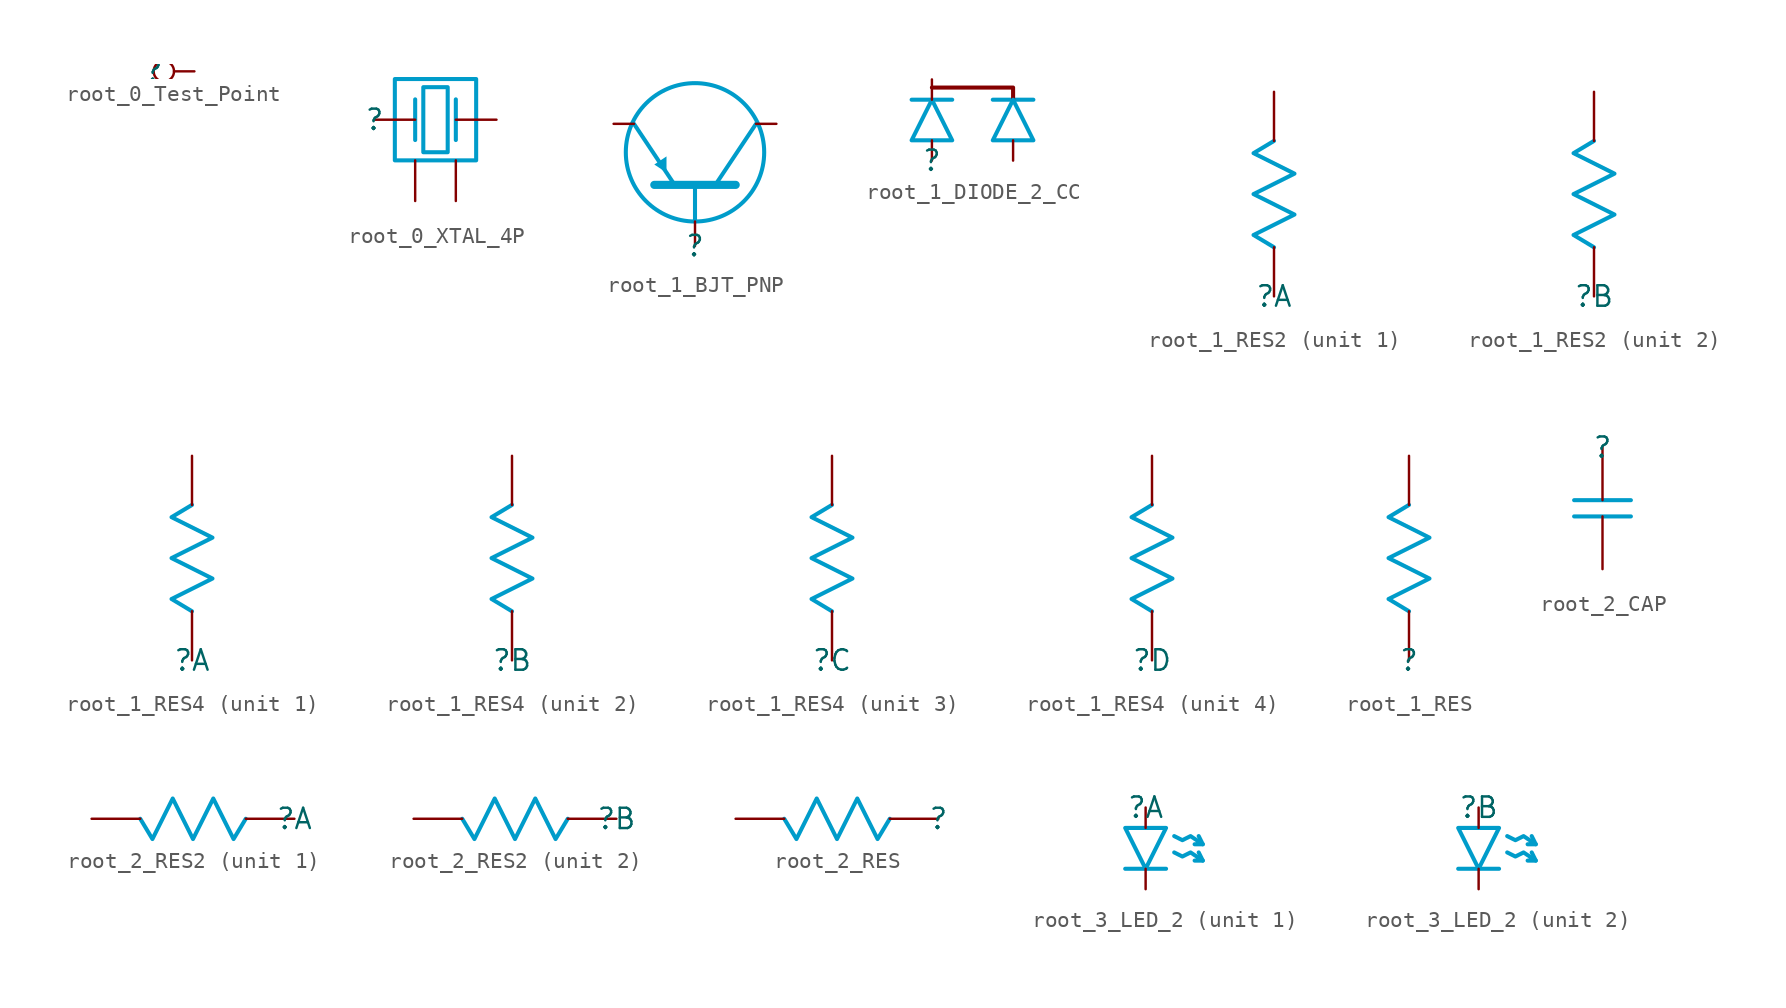
<source format=kicad_sym>
(kicad_symbol_lib
  (version 20231120)
  (generator "kicad_symbol_editor")
  (generator_version "8.0")
  (symbol "root_0_Test_Point"
    (property "Reference" ""
      (at 0 0 0)
      (effects (font (size 1.27 1.27))))
    (property "Value" ""
      (at 0 0 0)
      (effects (font (size 1.27 1.27))))
    (symbol "root_0_Test_Point_1_0"
      (pin passive inverted (at 2.54 0 180) (length 2.54) (name "1" (effects (font (size 0 0)))) (number "1" (effects (font (size 0 0)))))))
  (symbol "root_0_XTAL_4P"
    (property "Reference" ""
      (at 0 0 0)
      (effects (font (size 1.27 1.27))))
    (property "Value" ""
      (at 0 0 0)
      (effects (font (size 1.27 1.27))))
    (symbol "root_0_XTAL_4P_1_0"
      (polyline (pts (xy 2.54 1.27) (xy 2.54 -1.27)) (stroke (width 0.254) (type solid) (color 0 156 202 1)) (fill (type none)))
      (polyline (pts (xy 5.08 1.27) (xy 5.08 -1.27)) (stroke (width 0.254) (type solid) (color 0 156 202 1)) (fill (type none)))
      (polyline (pts (xy 1.27 2.54) (xy 1.27 -2.54) (xy 6.35 -2.54) (xy 6.35 2.54) (xy 1.27 2.54)) (stroke (width 0.254) (type solid) (color 0 156 202 1)) (fill (type none)))
      (polyline (pts (xy 4.572 2.032) (xy 3.048 2.032) (xy 3.048 -2.032) (xy 4.572 -2.032) (xy 4.572 2.032)) (stroke (width 0.254) (type solid) (color 0 156 202 1)) (fill (type none)))
      (pin passive line (at 0 0 0) (length 2.54) (name "1" (effects (font (size 0 0)))) (number "1" (effects (font (size 0 0)))))
      (pin power_in line (at 2.54 -5.08 90) (length 2.54) (name "2" (effects (font (size 0 0)))) (number "2" (effects (font (size 0 0)))))
      (pin passive line (at 7.62 0 180) (length 2.54) (name "3" (effects (font (size 0 0)))) (number "3" (effects (font (size 0 0)))))
      (pin power_in line (at 5.08 -5.08 90) (length 2.54) (name "4" (effects (font (size 0 0)))) (number "4" (effects (font (size 0 0)))))))
  (symbol "root_1_BJT_PNP"
    (property "Reference" ""
      (at 0 0 0)
      (effects (font (size 1.27 1.27))))
    (property "Value" ""
      (at 0 0 0)
      (effects (font (size 1.27 1.27))))
    (symbol "root_1_BJT_PNP_1_0"
      (polyline (pts (xy -2.54 3.81) (xy 2.54 3.81)) (stroke (width 0.508) (type solid) (color 0 156 202 1)) (fill (type none)))
      (polyline (pts (xy -1.27 3.81) (xy -3.81 7.62)) (stroke (width 0.254) (type solid) (color 0 156 202 1)) (fill (type none)))
      (polyline (pts (xy 0 1.524) (xy 0 3.81)) (stroke (width 0.254) (type solid) (color 0 156 202 1)) (fill (type none)))
      (polyline (pts (xy 3.81 7.62) (xy 1.27 3.81)) (stroke (width 0.254) (type solid) (color 0 156 202 1)) (fill (type none)))
      (polyline (pts (xy -1.778 4.572) (xy -1.778 5.588) (xy -2.54 5.08) (xy -1.778 4.572)) (stroke (width -0.0001) (type solid) (color 0 156 202 1)) (fill (type outline)))
      (circle (center 0 5.842) (radius 4.318) (stroke (width 0.254) (type solid) (color 0 156 202 1)) (fill (type none)))
      (pin passive line (at 0 0 90) (length 1.524) (name "B" (effects (font (size 0 0)))) (number "B" (effects (font (size 0 0)))))
      (pin passive line (at 5.08 7.62 180) (length 1.27) (name "C" (effects (font (size 0 0)))) (number "C" (effects (font (size 0 0)))))
      (pin passive line (at -5.08 7.62 0) (length 1.27) (name "E" (effects (font (size 0 0)))) (number "E" (effects (font (size 0 0)))))))
  (symbol "root_1_DIODE_2_CC"
    (property "Reference" ""
      (at 0 0 0)
      (effects (font (size 1.27 1.27))))
    (property "Value" ""
      (at 0 0 0)
      (effects (font (size 1.27 1.27))))
    (symbol "root_1_DIODE_2_CC_1_0"
      (polyline (pts (xy -1.27 3.81) (xy 1.27 3.81)) (stroke (width 0.254) (type solid) (color 0 156 202 1)) (fill (type none)))
      (polyline (pts (xy 3.81 3.81) (xy 6.35 3.81)) (stroke (width 0.254) (type solid) (color 0 156 202 1)) (fill (type none)))
      (polyline (pts (xy 5.08 3.81) (xy 5.08 4.572) (xy 0 4.572)) (stroke (width 0.254) (type solid)) (fill (type none)))
      (polyline (pts (xy 0 3.81) (xy -1.27 1.27) (xy 1.27 1.27) (xy 0 3.81)) (stroke (width 0.254) (type solid) (color 0 156 202 1)) (fill (type none)))
      (polyline (pts (xy 5.08 3.81) (xy 3.81 1.27) (xy 6.35 1.27) (xy 5.08 3.81)) (stroke (width 0.254) (type solid) (color 0 156 202 1)) (fill (type none)))
      (pin passive line (at 0 0 90) (length 1.27) (name "A1" (effects (font (size 0 0)))) (number "A1" (effects (font (size 0 0)))))
      (pin passive line (at 5.08 0 90) (length 1.27) (name "A2" (effects (font (size 0 0)))) (number "A2" (effects (font (size 0 0)))))
      (pin passive line (at 0 5.08 270) (length 1.27) (name "C" (effects (font (size 0 0)))) (number "C" (effects (font (size 0 0)))))))
  (symbol "root_1_RES2"
    (property "Reference" ""
      (at 0 0 0)
      (effects (font (size 1.27 1.27))))
    (property "Value" ""
      (at 0 0 0)
      (effects (font (size 1.27 1.27))))
    (symbol "root_1_RES2_1_0"
      (polyline (pts (xy 0 3.048) (xy -1.27 3.81) (xy 1.27 5.08) (xy -1.27 6.35) (xy 1.27 7.62) (xy -1.27 8.89) (xy 0 9.652)) (stroke (width 0.254) (type solid) (color 0 156 202 1)) (fill (type none)))
      (pin passive line (at 0 0 90) (length 3.048) (name "1" (effects (font (size 0 0)))) (number "1" (effects (font (size 0 0)))))
      (pin passive line (at 0 12.7 270) (length 3.048) (name "4" (effects (font (size 0 0)))) (number "4" (effects (font (size 0 0))))))
    (symbol "root_1_RES2_2_0"
      (polyline (pts (xy 0 3.048) (xy -1.27 3.81) (xy 1.27 5.08) (xy -1.27 6.35) (xy 1.27 7.62) (xy -1.27 8.89) (xy 0 9.652)) (stroke (width 0.254) (type solid) (color 0 156 202 1)) (fill (type none)))
      (pin passive line (at 0 0 90) (length 3.048) (name "2" (effects (font (size 0 0)))) (number "2" (effects (font (size 0 0)))))
      (pin passive line (at 0 12.7 270) (length 3.048) (name "3" (effects (font (size 0 0)))) (number "3" (effects (font (size 0 0)))))))
  (symbol "root_1_RES4"
    (property "Reference" ""
      (at 0 0 0)
      (effects (font (size 1.27 1.27))))
    (property "Value" ""
      (at 0 0 0)
      (effects (font (size 1.27 1.27))))
    (symbol "root_1_RES4_1_0"
      (polyline (pts (xy 0 3.048) (xy -1.27 3.81) (xy 1.27 5.08) (xy -1.27 6.35) (xy 1.27 7.62) (xy -1.27 8.89) (xy 0 9.652)) (stroke (width 0.254) (type solid) (color 0 156 202 1)) (fill (type none)))
      (pin passive line (at 0 0 90) (length 3.048) (name "1" (effects (font (size 0 0)))) (number "1" (effects (font (size 0 0)))))
      (pin passive line (at 0 12.7 270) (length 3.048) (name "8" (effects (font (size 0 0)))) (number "8" (effects (font (size 0 0))))))
    (symbol "root_1_RES4_2_0"
      (polyline (pts (xy 0 3.048) (xy -1.27 3.81) (xy 1.27 5.08) (xy -1.27 6.35) (xy 1.27 7.62) (xy -1.27 8.89) (xy 0 9.652)) (stroke (width 0.254) (type solid) (color 0 156 202 1)) (fill (type none)))
      (pin passive line (at 0 0 90) (length 3.048) (name "2" (effects (font (size 0 0)))) (number "2" (effects (font (size 0 0)))))
      (pin passive line (at 0 12.7 270) (length 3.048) (name "7" (effects (font (size 0 0)))) (number "7" (effects (font (size 0 0))))))
    (symbol "root_1_RES4_3_0"
      (polyline (pts (xy 0 3.048) (xy -1.27 3.81) (xy 1.27 5.08) (xy -1.27 6.35) (xy 1.27 7.62) (xy -1.27 8.89) (xy 0 9.652)) (stroke (width 0.254) (type solid) (color 0 156 202 1)) (fill (type none)))
      (pin passive line (at 0 0 90) (length 3.048) (name "3" (effects (font (size 0 0)))) (number "3" (effects (font (size 0 0)))))
      (pin passive line (at 0 12.7 270) (length 3.048) (name "6" (effects (font (size 0 0)))) (number "6" (effects (font (size 0 0))))))
    (symbol "root_1_RES4_4_0"
      (polyline (pts (xy 0 3.048) (xy -1.27 3.81) (xy 1.27 5.08) (xy -1.27 6.35) (xy 1.27 7.62) (xy -1.27 8.89) (xy 0 9.652)) (stroke (width 0.254) (type solid) (color 0 156 202 1)) (fill (type none)))
      (pin passive line (at 0 0 90) (length 3.048) (name "4" (effects (font (size 0 0)))) (number "4" (effects (font (size 0 0)))))
      (pin passive line (at 0 12.7 270) (length 3.048) (name "5" (effects (font (size 0 0)))) (number "5" (effects (font (size 0 0)))))))
  (symbol "root_1_RES"
    (property "Reference" ""
      (at 0 0 0)
      (effects (font (size 1.27 1.27))))
    (property "Value" ""
      (at 0 0 0)
      (effects (font (size 1.27 1.27))))
    (symbol "root_1_RES_1_0"
      (polyline (pts (xy 0 3.048) (xy -1.27 3.81) (xy 1.27 5.08) (xy -1.27 6.35) (xy 1.27 7.62) (xy -1.27 8.89) (xy 0 9.652)) (stroke (width 0.254) (type solid) (color 0 156 202 1)) (fill (type none)))
      (pin passive line (at 0 0 90) (length 3.048) (name "1" (effects (font (size 0 0)))) (number "1" (effects (font (size 0 0)))))
      (pin passive line (at 0 12.7 270) (length 3.048) (name "2" (effects (font (size 0 0)))) (number "2" (effects (font (size 0 0)))))))
  (symbol "root_2_CAP"
    (property "Reference" ""
      (at 0 0 0)
      (effects (font (size 1.27 1.27))))
    (property "Value" ""
      (at 0 0 0)
      (effects (font (size 1.27 1.27))))
    (symbol "root_2_CAP_1_0"
      (polyline (pts (xy 1.778 -4.318) (xy -1.778 -4.318)) (stroke (width 0.254) (type solid) (color 0 156 202 1)) (fill (type none)))
      (polyline (pts (xy 1.778 -3.302) (xy -1.778 -3.302)) (stroke (width 0.254) (type solid) (color 0 156 202 1)) (fill (type none)))
      (pin passive line (at 0 -7.62 90) (length 3.302) (name "1" (effects (font (size 0 0)))) (number "1" (effects (font (size 0 0)))))
      (pin passive line (at 0 0 270) (length 3.302) (name "2" (effects (font (size 0 0)))) (number "2" (effects (font (size 0 0)))))))
  (symbol "root_2_RES2"
    (property "Reference" ""
      (at 0 0 0)
      (effects (font (size 1.27 1.27))))
    (property "Value" ""
      (at 0 0 0)
      (effects (font (size 1.27 1.27))))
    (symbol "root_2_RES2_1_0"
      (polyline (pts (xy -3.048 0) (xy -3.81 -1.27) (xy -5.08 1.27) (xy -6.35 -1.27) (xy -7.62 1.27) (xy -8.89 -1.27) (xy -9.652 0)) (stroke (width 0.254) (type solid) (color 0 156 202 1)) (fill (type none)))
      (pin passive line (at 0 0 180) (length 3.048) (name "1" (effects (font (size 0 0)))) (number "1" (effects (font (size 0 0)))))
      (pin passive line (at -12.7 0 0) (length 3.048) (name "4" (effects (font (size 0 0)))) (number "4" (effects (font (size 0 0))))))
    (symbol "root_2_RES2_2_0"
      (polyline (pts (xy -3.048 0) (xy -3.81 -1.27) (xy -5.08 1.27) (xy -6.35 -1.27) (xy -7.62 1.27) (xy -8.89 -1.27) (xy -9.652 0)) (stroke (width 0.254) (type solid) (color 0 156 202 1)) (fill (type none)))
      (pin passive line (at 0 0 180) (length 3.048) (name "2" (effects (font (size 0 0)))) (number "2" (effects (font (size 0 0)))))
      (pin passive line (at -12.7 0 0) (length 3.048) (name "3" (effects (font (size 0 0)))) (number "3" (effects (font (size 0 0)))))))
  (symbol "root_2_RES"
    (property "Reference" ""
      (at 0 0 0)
      (effects (font (size 1.27 1.27))))
    (property "Value" ""
      (at 0 0 0)
      (effects (font (size 1.27 1.27))))
    (symbol "root_2_RES_1_0"
      (polyline (pts (xy -3.048 0) (xy -3.81 -1.27) (xy -5.08 1.27) (xy -6.35 -1.27) (xy -7.62 1.27) (xy -8.89 -1.27) (xy -9.652 0)) (stroke (width 0.254) (type solid) (color 0 156 202 1)) (fill (type none)))
      (pin passive line (at 0 0 180) (length 3.048) (name "1" (effects (font (size 0 0)))) (number "1" (effects (font (size 0 0)))))
      (pin passive line (at -12.7 0 0) (length 3.048) (name "2" (effects (font (size 0 0)))) (number "2" (effects (font (size 0 0)))))))
  (symbol "root_3_LED_2"
    (property "Reference" ""
      (at 0 0 0)
      (effects (font (size 1.27 1.27))))
    (property "Value" ""
      (at 0 0 0)
      (effects (font (size 1.27 1.27))))
    (symbol "root_3_LED_2_1_0"
      (polyline (pts (xy 1.27 -3.81) (xy -1.27 -3.81)) (stroke (width 0.254) (type solid) (color 0 156 202 1)) (fill (type none)))
      (polyline (pts (xy 3.556 -3.302) (xy 3.302 -2.794)) (stroke (width 0.254) (type solid) (color 0 156 202 1)) (fill (type none)))
      (polyline (pts (xy 3.556 -2.286) (xy 3.302 -1.778)) (stroke (width 0.254) (type solid) (color 0 156 202 1)) (fill (type none)))
      (polyline (pts (xy 0 -3.81) (xy 1.27 -1.27) (xy -1.27 -1.27) (xy 0 -3.81)) (stroke (width 0.254) (type solid) (color 0 156 202 1)) (fill (type none)))
      (polyline (pts (xy 1.778 -2.794) (xy 2.286 -3.048) (xy 2.794 -2.794) (xy 3.556 -3.302) (xy 3.048 -3.302)) (stroke (width 0.254) (type solid) (color 0 156 202 1)) (fill (type none)))
      (polyline (pts (xy 1.778 -1.778) (xy 2.286 -2.032) (xy 2.794 -1.778) (xy 3.556 -2.286) (xy 3.048 -2.286)) (stroke (width 0.254) (type solid) (color 0 156 202 1)) (fill (type none)))
      (pin passive line (at 0 0 270) (length 1.27) (name "A1" (effects (font (size 0 0)))) (number "A1" (effects (font (size 0 0)))))
      (pin passive line (at 0 -5.08 90) (length 1.27) (name "C1" (effects (font (size 0 0)))) (number "C1" (effects (font (size 0 0))))))
    (symbol "root_3_LED_2_2_0"
      (polyline (pts (xy 1.27 -3.81) (xy -1.27 -3.81)) (stroke (width 0.254) (type solid) (color 0 156 202 1)) (fill (type none)))
      (polyline (pts (xy 3.556 -3.302) (xy 3.302 -2.794)) (stroke (width 0.254) (type solid) (color 0 156 202 1)) (fill (type none)))
      (polyline (pts (xy 3.556 -2.286) (xy 3.302 -1.778)) (stroke (width 0.254) (type solid) (color 0 156 202 1)) (fill (type none)))
      (polyline (pts (xy 0 -3.81) (xy 1.27 -1.27) (xy -1.27 -1.27) (xy 0 -3.81)) (stroke (width 0.254) (type solid) (color 0 156 202 1)) (fill (type none)))
      (polyline (pts (xy 1.778 -2.794) (xy 2.286 -3.048) (xy 2.794 -2.794) (xy 3.556 -3.302) (xy 3.048 -3.302)) (stroke (width 0.254) (type solid) (color 0 156 202 1)) (fill (type none)))
      (polyline (pts (xy 1.778 -1.778) (xy 2.286 -2.032) (xy 2.794 -1.778) (xy 3.556 -2.286) (xy 3.048 -2.286)) (stroke (width 0.254) (type solid) (color 0 156 202 1)) (fill (type none)))
      (pin passive line (at 0 0 270) (length 1.27) (name "A2" (effects (font (size 0 0)))) (number "A2" (effects (font (size 0 0)))))
      (pin passive line (at 0 -5.08 90) (length 1.27) (name "C2" (effects (font (size 0 0)))) (number "C2" (effects (font (size 0 0))))))))
</source>
